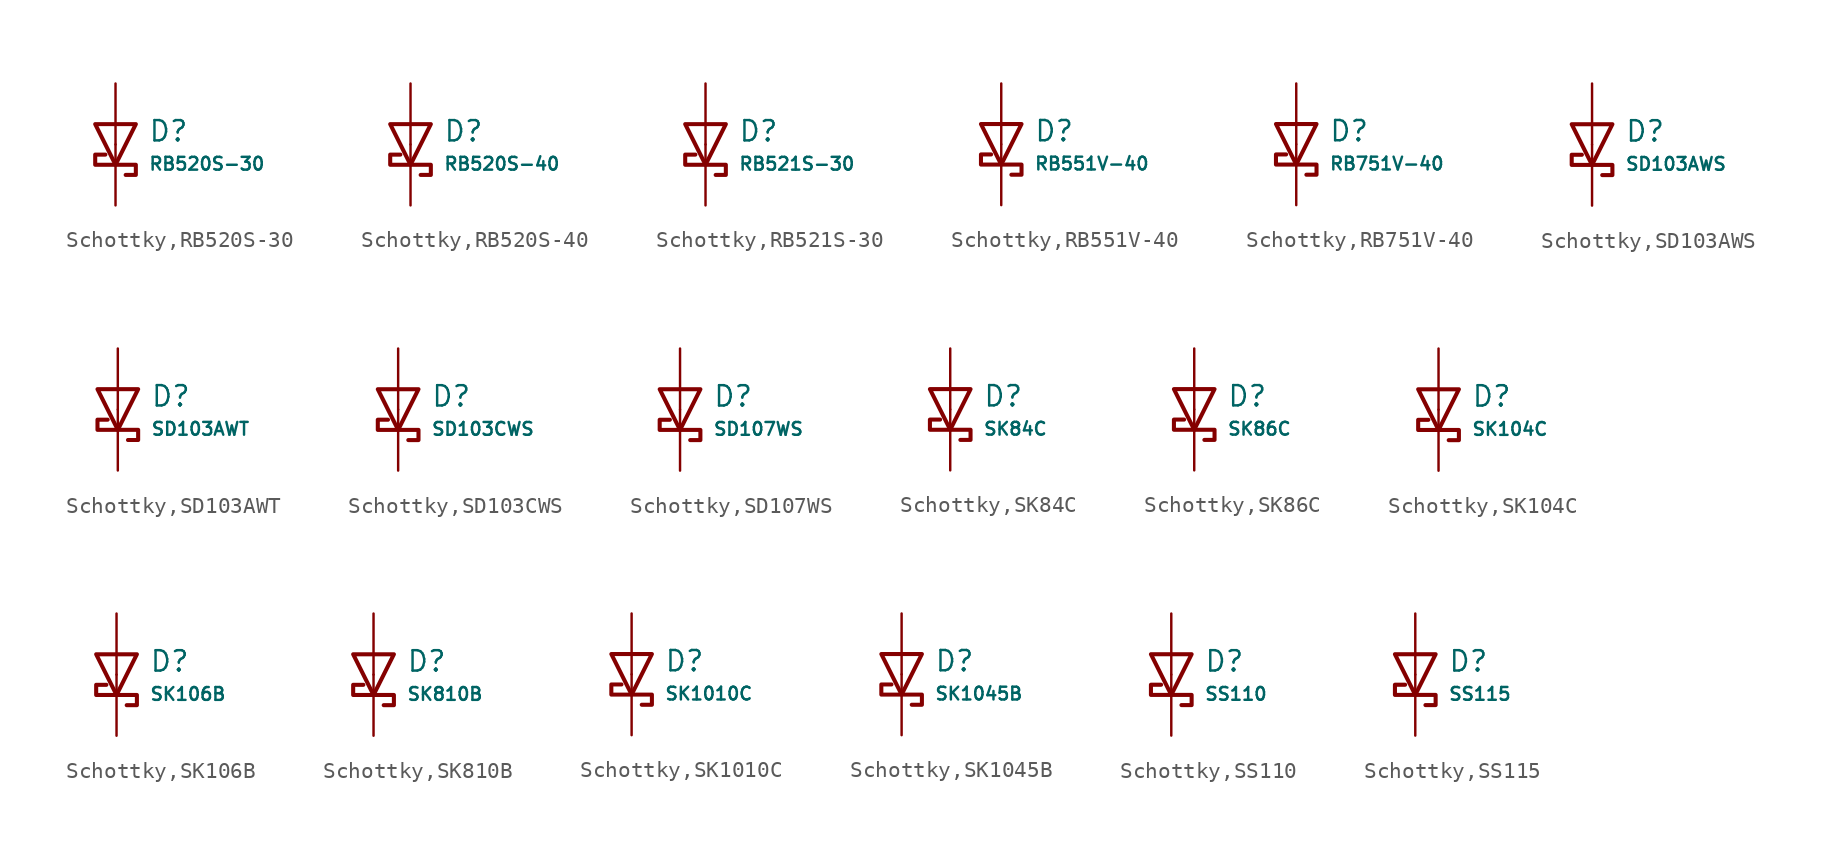
<source format=kicad_sym>
(kicad_symbol_lib
  (version 20231120)
  (generator "CDFER")
  (generator_version "8.0")
  (symbol "Schottky,RB520S-30"
    (pin_numbers hide)
    (pin_names
      (offset 0))
    (property "Reference" "D"
      (at 2.032 0.834 0)
      (effects (font (size 1.27 1.27)) (justify left)))
    (property "Value" "RB520S-30"
      (at 2.032 -1.212 0)
      (effects (font (size 0.8 0.8)) (justify left)))
    (symbol "Schottky,RB520S-30_0_1"
      (polyline (pts (xy -1.27 1.27) (xy 0.00 -1.27) (xy 1.27 1.27) (xy -1.27 1.27)) (stroke (width 0.254) (type default)) (fill (type none))))
    (symbol "Schottky,RB520S-30_0_1"
      (polyline (pts (xy 0.635 -1.905) (xy 1.27 -1.905) (xy 1.27 -1.27) (xy -1.27 -1.27) (xy -1.27 -0.635) (xy -0.635 -0.635)) (stroke (width 0.254) (type default)) (fill (type none))))
    (symbol "Schottky,RB520S-30_1_1"
      (pin passive line (at 0 3.81 270) (length 3.81) (name "~" (effects (font (size 1.27 1.27)))) (number "2" (effects (font (size 1.27 1.27)))))
      (pin passive line (at 0 -3.81 90) (length 3.81) (name "~" (effects (font (size 1.27 1.27)))) (number "1" (effects (font (size 1.27 1.27)))))))
  (symbol "Schottky,RB520S-40"
    (pin_numbers hide)
    (pin_names
      (offset 0))
    (property "Reference" "D"
      (at 2.032 0.834 0)
      (effects (font (size 1.27 1.27)) (justify left)))
    (property "Value" "RB520S-40"
      (at 2.032 -1.212 0)
      (effects (font (size 0.8 0.8)) (justify left)))
    (symbol "Schottky,RB520S-40_0_1"
      (polyline (pts (xy -1.27 1.27) (xy 0.00 -1.27) (xy 1.27 1.27) (xy -1.27 1.27)) (stroke (width 0.254) (type default)) (fill (type none))))
    (symbol "Schottky,RB520S-40_0_1"
      (polyline (pts (xy 0.635 -1.905) (xy 1.27 -1.905) (xy 1.27 -1.27) (xy -1.27 -1.27) (xy -1.27 -0.635) (xy -0.635 -0.635)) (stroke (width 0.254) (type default)) (fill (type none))))
    (symbol "Schottky,RB520S-40_1_1"
      (pin passive line (at 0 3.81 270) (length 3.81) (name "~" (effects (font (size 1.27 1.27)))) (number "2" (effects (font (size 1.27 1.27)))))
      (pin passive line (at 0 -3.81 90) (length 3.81) (name "~" (effects (font (size 1.27 1.27)))) (number "1" (effects (font (size 1.27 1.27)))))))
  (symbol "Schottky,RB521S-30"
    (pin_numbers hide)
    (pin_names
      (offset 0))
    (property "Reference" "D"
      (at 2.032 0.834 0)
      (effects (font (size 1.27 1.27)) (justify left)))
    (property "Value" "RB521S-30"
      (at 2.032 -1.212 0)
      (effects (font (size 0.8 0.8)) (justify left)))
    (symbol "Schottky,RB521S-30_0_1"
      (polyline (pts (xy -1.27 1.27) (xy 0.00 -1.27) (xy 1.27 1.27) (xy -1.27 1.27)) (stroke (width 0.254) (type default)) (fill (type none))))
    (symbol "Schottky,RB521S-30_0_1"
      (polyline (pts (xy 0.635 -1.905) (xy 1.27 -1.905) (xy 1.27 -1.27) (xy -1.27 -1.27) (xy -1.27 -0.635) (xy -0.635 -0.635)) (stroke (width 0.254) (type default)) (fill (type none))))
    (symbol "Schottky,RB521S-30_1_1"
      (pin passive line (at 0 3.81 270) (length 3.81) (name "~" (effects (font (size 1.27 1.27)))) (number "2" (effects (font (size 1.27 1.27)))))
      (pin passive line (at 0 -3.81 90) (length 3.81) (name "~" (effects (font (size 1.27 1.27)))) (number "1" (effects (font (size 1.27 1.27)))))))
  (symbol "Schottky,RB551V-40"
    (pin_numbers hide)
    (pin_names
      (offset 0))
    (property "Reference" "D"
      (at 2.032 0.834 0)
      (effects (font (size 1.27 1.27)) (justify left)))
    (property "Value" "RB551V-40"
      (at 2.032 -1.212 0)
      (effects (font (size 0.8 0.8)) (justify left)))
    (symbol "Schottky,RB551V-40_0_1"
      (polyline (pts (xy -1.27 1.27) (xy 0.00 -1.27) (xy 1.27 1.27) (xy -1.27 1.27)) (stroke (width 0.254) (type default)) (fill (type none))))
    (symbol "Schottky,RB551V-40_0_1"
      (polyline (pts (xy 0.635 -1.905) (xy 1.27 -1.905) (xy 1.27 -1.27) (xy -1.27 -1.27) (xy -1.27 -0.635) (xy -0.635 -0.635)) (stroke (width 0.254) (type default)) (fill (type none))))
    (symbol "Schottky,RB551V-40_1_1"
      (pin passive line (at 0 3.81 270) (length 3.81) (name "~" (effects (font (size 1.27 1.27)))) (number "2" (effects (font (size 1.27 1.27)))))
      (pin passive line (at 0 -3.81 90) (length 3.81) (name "~" (effects (font (size 1.27 1.27)))) (number "1" (effects (font (size 1.27 1.27)))))))
  (symbol "Schottky,RB751V-40"
    (pin_numbers hide)
    (pin_names
      (offset 0))
    (property "Reference" "D"
      (at 2.032 0.834 0)
      (effects (font (size 1.27 1.27)) (justify left)))
    (property "Value" "RB751V-40"
      (at 2.032 -1.212 0)
      (effects (font (size 0.8 0.8)) (justify left)))
    (symbol "Schottky,RB751V-40_0_1"
      (polyline (pts (xy -1.27 1.27) (xy 0.00 -1.27) (xy 1.27 1.27) (xy -1.27 1.27)) (stroke (width 0.254) (type default)) (fill (type none))))
    (symbol "Schottky,RB751V-40_0_1"
      (polyline (pts (xy 0.635 -1.905) (xy 1.27 -1.905) (xy 1.27 -1.27) (xy -1.27 -1.27) (xy -1.27 -0.635) (xy -0.635 -0.635)) (stroke (width 0.254) (type default)) (fill (type none))))
    (symbol "Schottky,RB751V-40_1_1"
      (pin passive line (at 0 3.81 270) (length 3.81) (name "~" (effects (font (size 1.27 1.27)))) (number "2" (effects (font (size 1.27 1.27)))))
      (pin passive line (at 0 -3.81 90) (length 3.81) (name "~" (effects (font (size 1.27 1.27)))) (number "1" (effects (font (size 1.27 1.27)))))))
  (symbol "Schottky,SD103AWS"
    (pin_numbers hide)
    (pin_names
      (offset 0))
    (property "Reference" "D"
      (at 2.032 0.834 0)
      (effects (font (size 1.27 1.27)) (justify left)))
    (property "Value" "SD103AWS"
      (at 2.032 -1.212 0)
      (effects (font (size 0.8 0.8)) (justify left)))
    (symbol "Schottky,SD103AWS_0_1"
      (polyline (pts (xy -1.27 1.27) (xy 0.00 -1.27) (xy 1.27 1.27) (xy -1.27 1.27)) (stroke (width 0.254) (type default)) (fill (type none))))
    (symbol "Schottky,SD103AWS_0_1"
      (polyline (pts (xy 0.635 -1.905) (xy 1.27 -1.905) (xy 1.27 -1.27) (xy -1.27 -1.27) (xy -1.27 -0.635) (xy -0.635 -0.635)) (stroke (width 0.254) (type default)) (fill (type none))))
    (symbol "Schottky,SD103AWS_1_1"
      (pin passive line (at 0 3.81 270) (length 3.81) (name "~" (effects (font (size 1.27 1.27)))) (number "2" (effects (font (size 1.27 1.27)))))
      (pin passive line (at 0 -3.81 90) (length 3.81) (name "~" (effects (font (size 1.27 1.27)))) (number "1" (effects (font (size 1.27 1.27)))))))
  (symbol "Schottky,SD103AWT"
    (pin_numbers hide)
    (pin_names
      (offset 0))
    (property "Reference" "D"
      (at 2.032 0.834 0)
      (effects (font (size 1.27 1.27)) (justify left)))
    (property "Value" "SD103AWT"
      (at 2.032 -1.212 0)
      (effects (font (size 0.8 0.8)) (justify left)))
    (symbol "Schottky,SD103AWT_0_1"
      (polyline (pts (xy -1.27 1.27) (xy 0.00 -1.27) (xy 1.27 1.27) (xy -1.27 1.27)) (stroke (width 0.254) (type default)) (fill (type none))))
    (symbol "Schottky,SD103AWT_0_1"
      (polyline (pts (xy 0.635 -1.905) (xy 1.27 -1.905) (xy 1.27 -1.27) (xy -1.27 -1.27) (xy -1.27 -0.635) (xy -0.635 -0.635)) (stroke (width 0.254) (type default)) (fill (type none))))
    (symbol "Schottky,SD103AWT_1_1"
      (pin passive line (at 0 3.81 270) (length 3.81) (name "~" (effects (font (size 1.27 1.27)))) (number "2" (effects (font (size 1.27 1.27)))))
      (pin passive line (at 0 -3.81 90) (length 3.81) (name "~" (effects (font (size 1.27 1.27)))) (number "1" (effects (font (size 1.27 1.27)))))))
  (symbol "Schottky,SD103CWS"
    (pin_numbers hide)
    (pin_names
      (offset 0))
    (property "Reference" "D"
      (at 2.032 0.834 0)
      (effects (font (size 1.27 1.27)) (justify left)))
    (property "Value" "SD103CWS"
      (at 2.032 -1.212 0)
      (effects (font (size 0.8 0.8)) (justify left)))
    (symbol "Schottky,SD103CWS_0_1"
      (polyline (pts (xy -1.27 1.27) (xy 0.00 -1.27) (xy 1.27 1.27) (xy -1.27 1.27)) (stroke (width 0.254) (type default)) (fill (type none))))
    (symbol "Schottky,SD103CWS_0_1"
      (polyline (pts (xy 0.635 -1.905) (xy 1.27 -1.905) (xy 1.27 -1.27) (xy -1.27 -1.27) (xy -1.27 -0.635) (xy -0.635 -0.635)) (stroke (width 0.254) (type default)) (fill (type none))))
    (symbol "Schottky,SD103CWS_1_1"
      (pin passive line (at 0 3.81 270) (length 3.81) (name "~" (effects (font (size 1.27 1.27)))) (number "2" (effects (font (size 1.27 1.27)))))
      (pin passive line (at 0 -3.81 90) (length 3.81) (name "~" (effects (font (size 1.27 1.27)))) (number "1" (effects (font (size 1.27 1.27)))))))
  (symbol "Schottky,SD107WS"
    (pin_numbers hide)
    (pin_names
      (offset 0))
    (property "Reference" "D"
      (at 2.032 0.834 0)
      (effects (font (size 1.27 1.27)) (justify left)))
    (property "Value" "SD107WS"
      (at 2.032 -1.212 0)
      (effects (font (size 0.8 0.8)) (justify left)))
    (symbol "Schottky,SD107WS_0_1"
      (polyline (pts (xy -1.27 1.27) (xy 0.00 -1.27) (xy 1.27 1.27) (xy -1.27 1.27)) (stroke (width 0.254) (type default)) (fill (type none))))
    (symbol "Schottky,SD107WS_0_1"
      (polyline (pts (xy 0.635 -1.905) (xy 1.27 -1.905) (xy 1.27 -1.27) (xy -1.27 -1.27) (xy -1.27 -0.635) (xy -0.635 -0.635)) (stroke (width 0.254) (type default)) (fill (type none))))
    (symbol "Schottky,SD107WS_1_1"
      (pin passive line (at 0 3.81 270) (length 3.81) (name "~" (effects (font (size 1.27 1.27)))) (number "2" (effects (font (size 1.27 1.27)))))
      (pin passive line (at 0 -3.81 90) (length 3.81) (name "~" (effects (font (size 1.27 1.27)))) (number "1" (effects (font (size 1.27 1.27)))))))
  (symbol "Schottky,SK84C"
    (pin_numbers hide)
    (pin_names
      (offset 0))
    (property "Reference" "D"
      (at 2.032 0.834 0)
      (effects (font (size 1.27 1.27)) (justify left)))
    (property "Value" "SK84C"
      (at 2.032 -1.212 0)
      (effects (font (size 0.8 0.8)) (justify left)))
    (symbol "Schottky,SK84C_0_1"
      (polyline (pts (xy -1.27 1.27) (xy 0.00 -1.27) (xy 1.27 1.27) (xy -1.27 1.27)) (stroke (width 0.254) (type default)) (fill (type none))))
    (symbol "Schottky,SK84C_0_1"
      (polyline (pts (xy 0.635 -1.905) (xy 1.27 -1.905) (xy 1.27 -1.27) (xy -1.27 -1.27) (xy -1.27 -0.635) (xy -0.635 -0.635)) (stroke (width 0.254) (type default)) (fill (type none))))
    (symbol "Schottky,SK84C_1_1"
      (pin passive line (at 0 3.81 270) (length 3.81) (name "~" (effects (font (size 1.27 1.27)))) (number "2" (effects (font (size 1.27 1.27)))))
      (pin passive line (at 0 -3.81 90) (length 3.81) (name "~" (effects (font (size 1.27 1.27)))) (number "1" (effects (font (size 1.27 1.27)))))))
  (symbol "Schottky,SK86C"
    (pin_numbers hide)
    (pin_names
      (offset 0))
    (property "Reference" "D"
      (at 2.032 0.834 0)
      (effects (font (size 1.27 1.27)) (justify left)))
    (property "Value" "SK86C"
      (at 2.032 -1.212 0)
      (effects (font (size 0.8 0.8)) (justify left)))
    (symbol "Schottky,SK86C_0_1"
      (polyline (pts (xy -1.27 1.27) (xy 0.00 -1.27) (xy 1.27 1.27) (xy -1.27 1.27)) (stroke (width 0.254) (type default)) (fill (type none))))
    (symbol "Schottky,SK86C_0_1"
      (polyline (pts (xy 0.635 -1.905) (xy 1.27 -1.905) (xy 1.27 -1.27) (xy -1.27 -1.27) (xy -1.27 -0.635) (xy -0.635 -0.635)) (stroke (width 0.254) (type default)) (fill (type none))))
    (symbol "Schottky,SK86C_1_1"
      (pin passive line (at 0 3.81 270) (length 3.81) (name "~" (effects (font (size 1.27 1.27)))) (number "2" (effects (font (size 1.27 1.27)))))
      (pin passive line (at 0 -3.81 90) (length 3.81) (name "~" (effects (font (size 1.27 1.27)))) (number "1" (effects (font (size 1.27 1.27)))))))
  (symbol "Schottky,SK104C"
    (pin_numbers hide)
    (pin_names
      (offset 0))
    (property "Reference" "D"
      (at 2.032 0.834 0)
      (effects (font (size 1.27 1.27)) (justify left)))
    (property "Value" "SK104C"
      (at 2.032 -1.212 0)
      (effects (font (size 0.8 0.8)) (justify left)))
    (symbol "Schottky,SK104C_0_1"
      (polyline (pts (xy -1.27 1.27) (xy 0.00 -1.27) (xy 1.27 1.27) (xy -1.27 1.27)) (stroke (width 0.254) (type default)) (fill (type none))))
    (symbol "Schottky,SK104C_0_1"
      (polyline (pts (xy 0.635 -1.905) (xy 1.27 -1.905) (xy 1.27 -1.27) (xy -1.27 -1.27) (xy -1.27 -0.635) (xy -0.635 -0.635)) (stroke (width 0.254) (type default)) (fill (type none))))
    (symbol "Schottky,SK104C_1_1"
      (pin passive line (at 0 3.81 270) (length 3.81) (name "~" (effects (font (size 1.27 1.27)))) (number "2" (effects (font (size 1.27 1.27)))))
      (pin passive line (at 0 -3.81 90) (length 3.81) (name "~" (effects (font (size 1.27 1.27)))) (number "1" (effects (font (size 1.27 1.27)))))))
  (symbol "Schottky,SK106B"
    (pin_numbers hide)
    (pin_names
      (offset 0))
    (property "Reference" "D"
      (at 2.032 0.834 0)
      (effects (font (size 1.27 1.27)) (justify left)))
    (property "Value" "SK106B"
      (at 2.032 -1.212 0)
      (effects (font (size 0.8 0.8)) (justify left)))
    (symbol "Schottky,SK106B_0_1"
      (polyline (pts (xy -1.27 1.27) (xy 0.00 -1.27) (xy 1.27 1.27) (xy -1.27 1.27)) (stroke (width 0.254) (type default)) (fill (type none))))
    (symbol "Schottky,SK106B_0_1"
      (polyline (pts (xy 0.635 -1.905) (xy 1.27 -1.905) (xy 1.27 -1.27) (xy -1.27 -1.27) (xy -1.27 -0.635) (xy -0.635 -0.635)) (stroke (width 0.254) (type default)) (fill (type none))))
    (symbol "Schottky,SK106B_1_1"
      (pin passive line (at 0 3.81 270) (length 3.81) (name "~" (effects (font (size 1.27 1.27)))) (number "2" (effects (font (size 1.27 1.27)))))
      (pin passive line (at 0 -3.81 90) (length 3.81) (name "~" (effects (font (size 1.27 1.27)))) (number "1" (effects (font (size 1.27 1.27)))))))
  (symbol "Schottky,SK810B"
    (pin_numbers hide)
    (pin_names
      (offset 0))
    (property "Reference" "D"
      (at 2.032 0.834 0)
      (effects (font (size 1.27 1.27)) (justify left)))
    (property "Value" "SK810B"
      (at 2.032 -1.212 0)
      (effects (font (size 0.8 0.8)) (justify left)))
    (symbol "Schottky,SK810B_0_1"
      (polyline (pts (xy -1.27 1.27) (xy 0.00 -1.27) (xy 1.27 1.27) (xy -1.27 1.27)) (stroke (width 0.254) (type default)) (fill (type none))))
    (symbol "Schottky,SK810B_0_1"
      (polyline (pts (xy 0.635 -1.905) (xy 1.27 -1.905) (xy 1.27 -1.27) (xy -1.27 -1.27) (xy -1.27 -0.635) (xy -0.635 -0.635)) (stroke (width 0.254) (type default)) (fill (type none))))
    (symbol "Schottky,SK810B_1_1"
      (pin passive line (at 0 3.81 270) (length 3.81) (name "~" (effects (font (size 1.27 1.27)))) (number "2" (effects (font (size 1.27 1.27)))))
      (pin passive line (at 0 -3.81 90) (length 3.81) (name "~" (effects (font (size 1.27 1.27)))) (number "1" (effects (font (size 1.27 1.27)))))))
  (symbol "Schottky,SK1010C"
    (pin_numbers hide)
    (pin_names
      (offset 0))
    (property "Reference" "D"
      (at 2.032 0.834 0)
      (effects (font (size 1.27 1.27)) (justify left)))
    (property "Value" "SK1010C"
      (at 2.032 -1.212 0)
      (effects (font (size 0.8 0.8)) (justify left)))
    (symbol "Schottky,SK1010C_0_1"
      (polyline (pts (xy -1.27 1.27) (xy 0.00 -1.27) (xy 1.27 1.27) (xy -1.27 1.27)) (stroke (width 0.254) (type default)) (fill (type none))))
    (symbol "Schottky,SK1010C_0_1"
      (polyline (pts (xy 0.635 -1.905) (xy 1.27 -1.905) (xy 1.27 -1.27) (xy -1.27 -1.27) (xy -1.27 -0.635) (xy -0.635 -0.635)) (stroke (width 0.254) (type default)) (fill (type none))))
    (symbol "Schottky,SK1010C_1_1"
      (pin passive line (at 0 3.81 270) (length 3.81) (name "~" (effects (font (size 1.27 1.27)))) (number "2" (effects (font (size 1.27 1.27)))))
      (pin passive line (at 0 -3.81 90) (length 3.81) (name "~" (effects (font (size 1.27 1.27)))) (number "1" (effects (font (size 1.27 1.27)))))))
  (symbol "Schottky,SK1045B"
    (pin_numbers hide)
    (pin_names
      (offset 0))
    (property "Reference" "D"
      (at 2.032 0.834 0)
      (effects (font (size 1.27 1.27)) (justify left)))
    (property "Value" "SK1045B"
      (at 2.032 -1.212 0)
      (effects (font (size 0.8 0.8)) (justify left)))
    (symbol "Schottky,SK1045B_0_1"
      (polyline (pts (xy -1.27 1.27) (xy 0.00 -1.27) (xy 1.27 1.27) (xy -1.27 1.27)) (stroke (width 0.254) (type default)) (fill (type none))))
    (symbol "Schottky,SK1045B_0_1"
      (polyline (pts (xy 0.635 -1.905) (xy 1.27 -1.905) (xy 1.27 -1.27) (xy -1.27 -1.27) (xy -1.27 -0.635) (xy -0.635 -0.635)) (stroke (width 0.254) (type default)) (fill (type none))))
    (symbol "Schottky,SK1045B_1_1"
      (pin passive line (at 0 3.81 270) (length 3.81) (name "~" (effects (font (size 1.27 1.27)))) (number "2" (effects (font (size 1.27 1.27)))))
      (pin passive line (at 0 -3.81 90) (length 3.81) (name "~" (effects (font (size 1.27 1.27)))) (number "1" (effects (font (size 1.27 1.27)))))))
  (symbol "Schottky,SS110"
    (pin_numbers hide)
    (pin_names
      (offset 0))
    (property "Reference" "D"
      (at 2.032 0.834 0)
      (effects (font (size 1.27 1.27)) (justify left)))
    (property "Value" "SS110"
      (at 2.032 -1.212 0)
      (effects (font (size 0.8 0.8)) (justify left)))
    (symbol "Schottky,SS110_0_1"
      (polyline (pts (xy -1.27 1.27) (xy 0.00 -1.27) (xy 1.27 1.27) (xy -1.27 1.27)) (stroke (width 0.254) (type default)) (fill (type none))))
    (symbol "Schottky,SS110_0_1"
      (polyline (pts (xy 0.635 -1.905) (xy 1.27 -1.905) (xy 1.27 -1.27) (xy -1.27 -1.27) (xy -1.27 -0.635) (xy -0.635 -0.635)) (stroke (width 0.254) (type default)) (fill (type none))))
    (symbol "Schottky,SS110_1_1"
      (pin passive line (at 0 3.81 270) (length 3.81) (name "~" (effects (font (size 1.27 1.27)))) (number "2" (effects (font (size 1.27 1.27)))))
      (pin passive line (at 0 -3.81 90) (length 3.81) (name "~" (effects (font (size 1.27 1.27)))) (number "1" (effects (font (size 1.27 1.27)))))))
  (symbol "Schottky,SS115"
    (pin_numbers hide)
    (pin_names
      (offset 0))
    (property "Reference" "D"
      (at 2.032 0.834 0)
      (effects (font (size 1.27 1.27)) (justify left)))
    (property "Value" "SS115"
      (at 2.032 -1.212 0)
      (effects (font (size 0.8 0.8)) (justify left)))
    (symbol "Schottky,SS115_0_1"
      (polyline (pts (xy -1.27 1.27) (xy 0.00 -1.27) (xy 1.27 1.27) (xy -1.27 1.27)) (stroke (width 0.254) (type default)) (fill (type none))))
    (symbol "Schottky,SS115_0_1"
      (polyline (pts (xy 0.635 -1.905) (xy 1.27 -1.905) (xy 1.27 -1.27) (xy -1.27 -1.27) (xy -1.27 -0.635) (xy -0.635 -0.635)) (stroke (width 0.254) (type default)) (fill (type none))))
    (symbol "Schottky,SS115_1_1"
      (pin passive line (at 0 3.81 270) (length 3.81) (name "~" (effects (font (size 1.27 1.27)))) (number "2" (effects (font (size 1.27 1.27)))))
      (pin passive line (at 0 -3.81 90) (length 3.81) (name "~" (effects (font (size 1.27 1.27)))) (number "1" (effects (font (size 1.27 1.27))))))))
</source>
